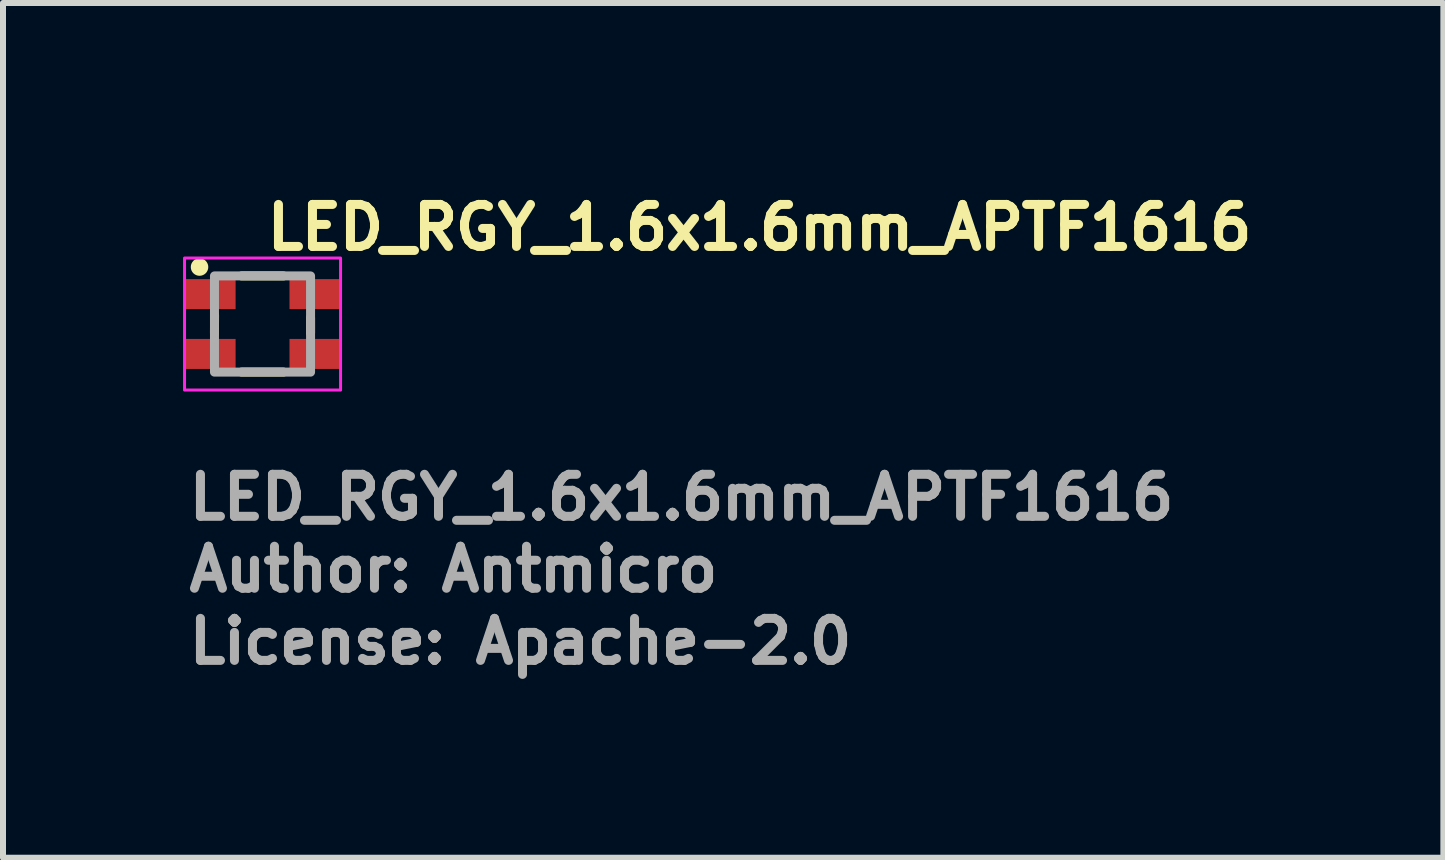
<source format=kicad_pcb>
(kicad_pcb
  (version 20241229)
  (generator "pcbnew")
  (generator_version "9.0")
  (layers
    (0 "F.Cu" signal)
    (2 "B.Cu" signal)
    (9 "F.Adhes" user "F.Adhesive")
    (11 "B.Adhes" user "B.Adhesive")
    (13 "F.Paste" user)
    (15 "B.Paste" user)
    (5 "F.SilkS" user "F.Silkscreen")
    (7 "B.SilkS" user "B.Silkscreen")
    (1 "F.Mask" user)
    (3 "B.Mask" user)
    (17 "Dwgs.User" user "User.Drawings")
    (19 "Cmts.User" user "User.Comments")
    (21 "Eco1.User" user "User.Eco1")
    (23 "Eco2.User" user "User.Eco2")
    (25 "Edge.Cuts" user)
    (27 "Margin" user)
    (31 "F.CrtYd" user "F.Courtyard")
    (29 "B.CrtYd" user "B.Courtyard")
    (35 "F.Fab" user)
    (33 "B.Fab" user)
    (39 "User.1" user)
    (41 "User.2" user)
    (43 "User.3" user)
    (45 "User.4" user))
  (footprint "LED_RGY_1.6x1.6mm_APTF1616"
    (layer "F.Cu")
    (at 1.325 2.35)
    (property "Reference" "LED_RGY_1.6x1.6mm_APTF1616" (at 0 -1.2 180) (layer "F.SilkS") (effects (font (size 0.7 0.7) (thickness 0.15)) (justify left bottom)))
    (attr smd)
    (fp_line (start -0.8 -0.15) (end -0.801 0.15) (stroke (width 0.15) (type solid)) (layer "F.SilkS"))
    (fp_line (start -0.35 0.8) (end 0.35 0.8) (stroke (width 0.15) (type solid)) (layer "F.SilkS"))
    (fp_line (start 0.35 -0.802) (end -0.35 -0.802) (stroke (width 0.15) (type solid)) (layer "F.SilkS"))
    (fp_line (start 0.8 0.148) (end 0.8 -0.102) (stroke (width 0.15) (type solid)) (layer "F.SilkS"))
    (fp_circle (center -1.05 -0.95) (end -1.101 -0.999) (stroke (width 0.15) (type solid)) (fill yes) (layer "F.SilkS"))
    (fp_rect (start 1.3 1.1) (end -1.3 -1.1) (stroke (width 0.05) (type solid)) (fill no) (layer "F.CrtYd"))
    (fp_rect (start -0.801 -0.802) (end 0.8 0.801) (stroke (width 0.15) (type solid)) (fill no) (layer "F.Fab"))
    (fp_rect (start 0.8 0.8) (end -0.8 -0.8) (stroke (width 0.1) (type solid)) (fill no) (layer "User.5"))
    (fp_line (start -0.8 -0.801) (end -0.8 -0.748) (stroke (width 0.02) (type solid)) (layer "User.9"))
    (fp_line (start -0.8 -0.748) (end -0.8 -0.623) (stroke (width 0.02) (type solid)) (layer "User.9"))
    (fp_line (start -0.8 -0.623) (end -0.788 -0.623) (stroke (width 0.02) (type solid)) (layer "User.9"))
    (fp_line (start -0.8 -0.276) (end -0.8 -0.148) (stroke (width 0.02) (type solid)) (layer "User.9"))
    (fp_line (start -0.8 -0.148) (end -0.8 0.052) (stroke (width 0.02) (type solid)) (layer "User.9"))
    (fp_line (start -0.8 -0.148) (end -0.796 -0.149) (stroke (width 0.02) (type solid)) (layer "User.9"))
    (fp_line (start -0.8 -0.148) (end -0.782 -0.149) (stroke (width 0.02) (type solid)) (layer "User.9"))
    (fp_line (start -0.8 0.052) (end -0.8 0.149) (stroke (width 0.02) (type solid)) (layer "User.9"))
    (fp_line (start -0.8 0.052) (end -0.624 0.052) (stroke (width 0.02) (type solid)) (layer "User.9"))
    (fp_line (start -0.8 0.149) (end -0.8 0.277) (stroke (width 0.02) (type solid)) (layer "User.9"))
    (fp_line (start -0.8 0.277) (end -0.788 0.277) (stroke (width 0.02) (type solid)) (layer "User.9"))
    (fp_line (start -0.8 0.624) (end -0.8 0.749) (stroke (width 0.02) (type solid)) (layer "User.9"))
    (fp_line (start -0.8 0.749) (end -0.8 0.802) (stroke (width 0.02) (type solid)) (layer "User.9"))
    (fp_line (start -0.8 0.749) (end -0.782 0.749) (stroke (width 0.02) (type solid)) (layer "User.9"))
    (fp_line (start -0.8 0.802) (end -0.624 0.802) (stroke (width 0.02) (type solid)) (layer "User.9"))
    (fp_line (start -0.796 -0.149) (end -0.794 -0.149) (stroke (width 0.02) (type solid)) (layer "User.9"))
    (fp_line (start -0.794 -0.276) (end -0.8 -0.276) (stroke (width 0.02) (type solid)) (layer "User.9"))
    (fp_line (start -0.794 -0.149) (end -0.79 -0.149) (stroke (width 0.02) (type solid)) (layer "User.9"))
    (fp_line (start -0.794 0.624) (end -0.8 0.624) (stroke (width 0.02) (type solid)) (layer "User.9"))
    (fp_line (start -0.79 -0.149) (end -0.787 -0.149) (stroke (width 0.02) (type solid)) (layer "User.9"))
    (fp_line (start -0.788 -0.623) (end -0.777 -0.622) (stroke (width 0.02) (type solid)) (layer "User.9"))
    (fp_line (start -0.788 -0.276) (end -0.794 -0.276) (stroke (width 0.02) (type solid)) (layer "User.9"))
    (fp_line (start -0.788 0.277) (end -0.777 0.278) (stroke (width 0.02) (type solid)) (layer "User.9"))
    (fp_line (start -0.788 0.624) (end -0.794 0.624) (stroke (width 0.02) (type solid)) (layer "User.9"))
    (fp_line (start -0.783 -0.276) (end -0.788 -0.276) (stroke (width 0.02) (type solid)) (layer "User.9"))
    (fp_line (start -0.783 0.624) (end -0.788 0.624) (stroke (width 0.02) (type solid)) (layer "User.9"))
    (fp_line (start -0.782 -0.748) (end -0.8 -0.748) (stroke (width 0.02) (type solid)) (layer "User.9"))
    (fp_line (start -0.782 -0.149) (end -0.761 -0.151) (stroke (width 0.02) (type solid)) (layer "User.9"))
    (fp_line (start -0.782 0.15) (end -0.8 0.149) (stroke (width 0.02) (type solid)) (layer "User.9"))
    (fp_line (start -0.782 0.749) (end -0.761 0.747) (stroke (width 0.02) (type solid)) (layer "User.9"))
    (fp_line (start -0.777 -0.622) (end -0.765 -0.62) (stroke (width 0.02) (type solid)) (layer "User.9"))
    (fp_line (start -0.777 -0.277) (end -0.783 -0.276) (stroke (width 0.02) (type solid)) (layer "User.9"))
    (fp_line (start -0.777 0.278) (end -0.765 0.28) (stroke (width 0.02) (type solid)) (layer "User.9"))
    (fp_line (start -0.777 0.623) (end -0.783 0.624) (stroke (width 0.02) (type solid)) (layer "User.9"))
    (fp_line (start -0.772 -0.278) (end -0.777 -0.277) (stroke (width 0.02) (type solid)) (layer "User.9"))
    (fp_line (start -0.772 0.622) (end -0.777 0.623) (stroke (width 0.02) (type solid)) (layer "User.9"))
    (fp_line (start -0.765 -0.62) (end -0.753 -0.617) (stroke (width 0.02) (type solid)) (layer "User.9"))
    (fp_line (start -0.765 -0.279) (end -0.772 -0.278) (stroke (width 0.02) (type solid)) (layer "User.9"))
    (fp_line (start -0.765 0.28) (end -0.753 0.283) (stroke (width 0.02) (type solid)) (layer "User.9"))
    (fp_line (start -0.765 0.621) (end -0.772 0.622) (stroke (width 0.02) (type solid)) (layer "User.9"))
    (fp_line (start -0.761 -0.746) (end -0.782 -0.748) (stroke (width 0.02) (type solid)) (layer "User.9"))
    (fp_line (start -0.761 -0.151) (end -0.743 -0.154) (stroke (width 0.02) (type solid)) (layer "User.9"))
    (fp_line (start -0.761 0.152) (end -0.782 0.15) (stroke (width 0.02) (type solid)) (layer "User.9"))
    (fp_line (start -0.761 0.747) (end -0.743 0.744) (stroke (width 0.02) (type solid)) (layer "User.9"))
    (fp_line (start -0.759 -0.28) (end -0.765 -0.279) (stroke (width 0.02) (type solid)) (layer "User.9"))
    (fp_line (start -0.759 0.62) (end -0.765 0.621) (stroke (width 0.02) (type solid)) (layer "User.9"))
    (fp_line (start -0.753 -0.617) (end -0.743 -0.614) (stroke (width 0.02) (type solid)) (layer "User.9"))
    (fp_line (start -0.753 -0.281) (end -0.759 -0.28) (stroke (width 0.02) (type solid)) (layer "User.9"))
    (fp_line (start -0.753 0.283) (end -0.743 0.285) (stroke (width 0.02) (type solid)) (layer "User.9"))
    (fp_line (start -0.753 0.618) (end -0.759 0.62) (stroke (width 0.02) (type solid)) (layer "User.9"))
    (fp_line (start -0.747 -0.282) (end -0.753 -0.281) (stroke (width 0.02) (type solid)) (layer "User.9"))
    (fp_line (start -0.747 0.617) (end -0.753 0.618) (stroke (width 0.02) (type solid)) (layer "User.9"))
    (fp_line (start -0.743 -0.743) (end -0.761 -0.746) (stroke (width 0.02) (type solid)) (layer "User.9"))
    (fp_line (start -0.743 -0.614) (end -0.731 -0.61) (stroke (width 0.02) (type solid)) (layer "User.9"))
    (fp_line (start -0.743 -0.284) (end -0.747 -0.282) (stroke (width 0.02) (type solid)) (layer "User.9"))
    (fp_line (start -0.743 -0.154) (end -0.725 -0.158) (stroke (width 0.02) (type solid)) (layer "User.9"))
    (fp_line (start -0.743 0.155) (end -0.761 0.152) (stroke (width 0.02) (type solid)) (layer "User.9"))
    (fp_line (start -0.743 0.285) (end -0.731 0.289) (stroke (width 0.02) (type solid)) (layer "User.9"))
    (fp_line (start -0.743 0.615) (end -0.747 0.617) (stroke (width 0.02) (type solid)) (layer "User.9"))
    (fp_line (start -0.743 0.744) (end -0.725 0.74) (stroke (width 0.02) (type solid)) (layer "User.9"))
    (fp_line (start -0.737 -0.286) (end -0.743 -0.284) (stroke (width 0.02) (type solid)) (layer "User.9"))
    (fp_line (start -0.737 0.613) (end -0.743 0.615) (stroke (width 0.02) (type solid)) (layer "User.9"))
    (fp_line (start -0.731 -0.61) (end -0.721 -0.605) (stroke (width 0.02) (type solid)) (layer "User.9"))
    (fp_line (start -0.731 -0.287) (end -0.737 -0.286) (stroke (width 0.02) (type solid)) (layer "User.9"))
    (fp_line (start -0.731 0.289) (end -0.721 0.293) (stroke (width 0.02) (type solid)) (layer "User.9"))
    (fp_line (start -0.731 0.611) (end -0.737 0.613) (stroke (width 0.02) (type solid)) (layer "User.9"))
    (fp_line (start -0.727 -0.289) (end -0.731 -0.287) (stroke (width 0.02) (type solid)) (layer "User.9"))
    (fp_line (start -0.727 0.609) (end -0.731 0.611) (stroke (width 0.02) (type solid)) (layer "User.9"))
    (fp_line (start -0.725 -0.739) (end -0.743 -0.743) (stroke (width 0.02) (type solid)) (layer "User.9"))
    (fp_line (start -0.725 -0.158) (end -0.707 -0.165) (stroke (width 0.02) (type solid)) (layer "User.9"))
    (fp_line (start -0.725 0.159) (end -0.743 0.155) (stroke (width 0.02) (type solid)) (layer "User.9"))
    (fp_line (start -0.725 0.74) (end -0.707 0.735) (stroke (width 0.02) (type solid)) (layer "User.9"))
    (fp_line (start -0.721 -0.605) (end -0.711 -0.6) (stroke (width 0.02) (type solid)) (layer "User.9"))
    (fp_line (start -0.721 -0.292) (end -0.727 -0.289) (stroke (width 0.02) (type solid)) (layer "User.9"))
    (fp_line (start -0.721 0.293) (end -0.711 0.298) (stroke (width 0.02) (type solid)) (layer "User.9"))
    (fp_line (start -0.721 0.606) (end -0.727 0.609) (stroke (width 0.02) (type solid)) (layer "User.9"))
    (fp_line (start -0.717 -0.294) (end -0.721 -0.292) (stroke (width 0.02) (type solid)) (layer "User.9"))
    (fp_line (start -0.717 0.604) (end -0.721 0.606) (stroke (width 0.02) (type solid)) (layer "User.9"))
    (fp_line (start -0.715 -0.05) (end -0.787 -0.149) (stroke (width 0.02) (type solid)) (layer "User.9"))
    (fp_line (start -0.711 -0.6) (end -0.703 -0.594) (stroke (width 0.02) (type solid)) (layer "User.9"))
    (fp_line (start -0.711 -0.297) (end -0.717 -0.294) (stroke (width 0.02) (type solid)) (layer "User.9"))
    (fp_line (start -0.711 0.298) (end -0.703 0.304) (stroke (width 0.02) (type solid)) (layer "User.9"))
    (fp_line (start -0.711 0.601) (end -0.717 0.604) (stroke (width 0.02) (type solid)) (layer "User.9"))
    (fp_line (start -0.707 -0.734) (end -0.725 -0.739) (stroke (width 0.02) (type solid)) (layer "User.9"))
    (fp_line (start -0.707 -0.3) (end -0.711 -0.297) (stroke (width 0.02) (type solid)) (layer "User.9"))
    (fp_line (start -0.707 -0.165) (end -0.691 -0.17) (stroke (width 0.02) (type solid)) (layer "User.9"))
    (fp_line (start -0.707 0.166) (end -0.725 0.159) (stroke (width 0.02) (type solid)) (layer "User.9"))
    (fp_line (start -0.707 0.598) (end -0.711 0.601) (stroke (width 0.02) (type solid)) (layer "User.9"))
    (fp_line (start -0.707 0.735) (end -0.691 0.729) (stroke (width 0.02) (type solid)) (layer "User.9"))
    (fp_line (start -0.703 -0.594) (end -0.693 -0.587) (stroke (width 0.02) (type solid)) (layer "User.9"))
    (fp_line (start -0.703 -0.303) (end -0.707 -0.3) (stroke (width 0.02) (type solid)) (layer "User.9"))
    (fp_line (start -0.703 0.304) (end -0.693 0.311) (stroke (width 0.02) (type solid)) (layer "User.9"))
    (fp_line (start -0.703 0.595) (end -0.707 0.598) (stroke (width 0.02) (type solid)) (layer "User.9"))
    (fp_line (start -0.699 -0.306) (end -0.703 -0.303) (stroke (width 0.02) (type solid)) (layer "User.9"))
    (fp_line (start -0.699 0.592) (end -0.703 0.595) (stroke (width 0.02) (type solid)) (layer "User.9"))
    (fp_line (start -0.693 -0.587) (end -0.685 -0.58) (stroke (width 0.02) (type solid)) (layer "User.9"))
    (fp_line (start -0.693 -0.31) (end -0.699 -0.306) (stroke (width 0.02) (type solid)) (layer "User.9"))
    (fp_line (start -0.693 0.311) (end -0.685 0.318) (stroke (width 0.02) (type solid)) (layer "User.9"))
    (fp_line (start -0.693 0.588) (end -0.699 0.592) (stroke (width 0.02) (type solid)) (layer "User.9"))
    (fp_line (start -0.691 -0.728) (end -0.707 -0.734) (stroke (width 0.02) (type solid)) (layer "User.9"))
    (fp_line (start -0.691 -0.17) (end -0.675 -0.176) (stroke (width 0.02) (type solid)) (layer "User.9"))
    (fp_line (start -0.691 0.172) (end -0.707 0.166) (stroke (width 0.02) (type solid)) (layer "User.9"))
    (fp_line (start -0.691 0.729) (end -0.675 0.722) (stroke (width 0.02) (type solid)) (layer "User.9"))
    (fp_line (start -0.689 -0.313) (end -0.693 -0.31) (stroke (width 0.02) (type solid)) (layer "User.9"))
    (fp_line (start -0.689 0.585) (end -0.693 0.588) (stroke (width 0.02) (type solid)) (layer "User.9"))
    (fp_line (start -0.685 -0.58) (end -0.677 -0.574) (stroke (width 0.02) (type solid)) (layer "User.9"))
    (fp_line (start -0.685 -0.317) (end -0.689 -0.313) (stroke (width 0.02) (type solid)) (layer "User.9"))
    (fp_line (start -0.685 0.318) (end -0.677 0.327) (stroke (width 0.02) (type solid)) (layer "User.9"))
    (fp_line (start -0.685 0.581) (end -0.689 0.585) (stroke (width 0.02) (type solid)) (layer "User.9"))
    (fp_line (start -0.681 -0.323) (end -0.685 -0.317) (stroke (width 0.02) (type solid)) (layer "User.9"))
    (fp_line (start -0.681 0.577) (end -0.685 0.581) (stroke (width 0.02) (type solid)) (layer "User.9"))
    (fp_line (start -0.677 -0.574) (end -0.669 -0.565) (stroke (width 0.02) (type solid)) (layer "User.9"))
    (fp_line (start -0.677 -0.326) (end -0.681 -0.323) (stroke (width 0.02) (type solid)) (layer "User.9"))
    (fp_line (start -0.677 0.327) (end -0.669 0.336) (stroke (width 0.02) (type solid)) (layer "User.9"))
    (fp_line (start -0.677 0.575) (end -0.681 0.577) (stroke (width 0.02) (type solid)) (layer "User.9"))
    (fp_line (start -0.675 -0.721) (end -0.691 -0.728) (stroke (width 0.02) (type solid)) (layer "User.9"))
    (fp_line (start -0.675 -0.176) (end -0.659 -0.184) (stroke (width 0.02) (type solid)) (layer "User.9"))
    (fp_line (start -0.675 0.177) (end -0.691 0.172) (stroke (width 0.02) (type solid)) (layer "User.9"))
    (fp_line (start -0.675 0.722) (end -0.659 0.714) (stroke (width 0.02) (type solid)) (layer "User.9"))
    (fp_line (start -0.673 -0.331) (end -0.677 -0.326) (stroke (width 0.02) (type solid)) (layer "User.9"))
    (fp_line (start -0.673 0.57) (end -0.677 0.575) (stroke (width 0.02) (type solid)) (layer "User.9"))
    (fp_line (start -0.669 -0.565) (end -0.662 -0.557) (stroke (width 0.02) (type solid)) (layer "User.9"))
    (fp_line (start -0.669 -0.335) (end -0.673 -0.331) (stroke (width 0.02) (type solid)) (layer "User.9"))
    (fp_line (start -0.669 0.336) (end -0.662 0.345) (stroke (width 0.02) (type solid)) (layer "User.9"))
    (fp_line (start -0.669 0.566) (end -0.673 0.57) (stroke (width 0.02) (type solid)) (layer "User.9"))
    (fp_line (start -0.665 -0.339) (end -0.669 -0.335) (stroke (width 0.02) (type solid)) (layer "User.9"))
    (fp_line (start -0.665 0.563) (end -0.669 0.566) (stroke (width 0.02) (type solid)) (layer "User.9"))
    (fp_line (start -0.662 -0.557) (end -0.655 -0.548) (stroke (width 0.02) (type solid)) (layer "User.9"))
    (fp_line (start -0.662 -0.343) (end -0.665 -0.339) (stroke (width 0.02) (type solid)) (layer "User.9"))
    (fp_line (start -0.662 0.345) (end -0.655 0.352) (stroke (width 0.02) (type solid)) (layer "User.9"))
    (fp_line (start -0.662 0.558) (end -0.665 0.563) (stroke (width 0.02) (type solid)) (layer "User.9"))
    (fp_line (start -0.659 -0.713) (end -0.675 -0.721) (stroke (width 0.02) (type solid)) (layer "User.9"))
    (fp_line (start -0.659 -0.184) (end -0.643 -0.195) (stroke (width 0.02) (type solid)) (layer "User.9"))
    (fp_line (start -0.659 0.185) (end -0.675 0.177) (stroke (width 0.02) (type solid)) (layer "User.9"))
    (fp_line (start -0.659 0.714) (end -0.643 0.705) (stroke (width 0.02) (type solid)) (layer "User.9"))
    (fp_line (start -0.658 -0.347) (end -0.662 -0.343) (stroke (width 0.02) (type solid)) (layer "User.9"))
    (fp_line (start -0.658 0.554) (end -0.662 0.558) (stroke (width 0.02) (type solid)) (layer "User.9"))
    (fp_line (start -0.655 -0.548) (end -0.649 -0.538) (stroke (width 0.02) (type solid)) (layer "User.9"))
    (fp_line (start -0.655 -0.351) (end -0.658 -0.347) (stroke (width 0.02) (type solid)) (layer "User.9"))
    (fp_line (start -0.655 0.352) (end -0.649 0.362) (stroke (width 0.02) (type solid)) (layer "User.9"))
    (fp_line (start -0.655 0.549) (end -0.658 0.554) (stroke (width 0.02) (type solid)) (layer "User.9"))
    (fp_line (start -0.652 -0.356) (end -0.655 -0.351) (stroke (width 0.02) (type solid)) (layer "User.9"))
    (fp_line (start -0.652 0.544) (end -0.655 0.549) (stroke (width 0.02) (type solid)) (layer "User.9"))
    (fp_line (start -0.649 -0.538) (end -0.649 -0.538) (stroke (width 0.02) (type solid)) (layer "User.9"))
    (fp_line (start -0.649 -0.538) (end -0.643 -0.528) (stroke (width 0.02) (type solid)) (layer "User.9"))
    (fp_line (start -0.649 -0.361) (end -0.652 -0.356) (stroke (width 0.02) (type solid)) (layer "User.9"))
    (fp_line (start -0.649 -0.361) (end -0.649 -0.361) (stroke (width 0.02) (type solid)) (layer "User.9"))
    (fp_line (start -0.649 0.362) (end -0.649 0.362) (stroke (width 0.02) (type solid)) (layer "User.9"))
    (fp_line (start -0.649 0.362) (end -0.643 0.372) (stroke (width 0.02) (type solid)) (layer "User.9"))
    (fp_line (start -0.649 0.539) (end -0.652 0.544) (stroke (width 0.02) (type solid)) (layer "User.9"))
    (fp_line (start -0.649 0.539) (end -0.649 0.539) (stroke (width 0.02) (type solid)) (layer "User.9"))
    (fp_line (start -0.643 -0.704) (end -0.659 -0.713) (stroke (width 0.02) (type solid)) (layer "User.9"))
    (fp_line (start -0.643 -0.528) (end -0.638 -0.517) (stroke (width 0.02) (type solid)) (layer "User.9"))
    (fp_line (start -0.643 -0.371) (end -0.649 -0.361) (stroke (width 0.02) (type solid)) (layer "User.9"))
    (fp_line (start -0.643 -0.195) (end -0.626 -0.204) (stroke (width 0.02) (type solid)) (layer "User.9"))
    (fp_line (start -0.643 0.196) (end -0.659 0.185) (stroke (width 0.02) (type solid)) (layer "User.9"))
    (fp_line (start -0.643 0.372) (end -0.638 0.383) (stroke (width 0.02) (type solid)) (layer "User.9"))
    (fp_line (start -0.643 0.529) (end -0.649 0.539) (stroke (width 0.02) (type solid)) (layer "User.9"))
    (fp_line (start -0.643 0.705) (end -0.626 0.696) (stroke (width 0.02) (type solid)) (layer "User.9"))
    (fp_line (start -0.638 -0.517) (end -0.634 -0.504) (stroke (width 0.02) (type solid)) (layer "User.9"))
    (fp_line (start -0.638 -0.382) (end -0.643 -0.371) (stroke (width 0.02) (type solid)) (layer "User.9"))
    (fp_line (start -0.638 0.383) (end -0.634 0.396) (stroke (width 0.02) (type solid)) (layer "User.9"))
    (fp_line (start -0.638 0.518) (end -0.643 0.529) (stroke (width 0.02) (type solid)) (layer "User.9"))
    (fp_line (start -0.634 -0.504) (end -0.63 -0.493) (stroke (width 0.02) (type solid)) (layer "User.9"))
    (fp_line (start -0.634 -0.395) (end -0.638 -0.382) (stroke (width 0.02) (type solid)) (layer "User.9"))
    (fp_line (start -0.634 0.396) (end -0.63 0.407) (stroke (width 0.02) (type solid)) (layer "User.9"))
    (fp_line (start -0.634 0.505) (end -0.638 0.518) (stroke (width 0.02) (type solid)) (layer "User.9"))
    (fp_line (start -0.63 -0.493) (end -0.628 -0.482) (stroke (width 0.02) (type solid)) (layer "User.9"))
    (fp_line (start -0.63 -0.405) (end -0.634 -0.395) (stroke (width 0.02) (type solid)) (layer "User.9"))
    (fp_line (start -0.63 0.407) (end -0.628 0.417) (stroke (width 0.02) (type solid)) (layer "User.9"))
    (fp_line (start -0.63 0.494) (end -0.634 0.505) (stroke (width 0.02) (type solid)) (layer "User.9"))
    (fp_line (start -0.628 -0.482) (end -0.626 -0.472) (stroke (width 0.02) (type solid)) (layer "User.9"))
    (fp_line (start -0.628 -0.415) (end -0.63 -0.405) (stroke (width 0.02) (type solid)) (layer "User.9"))
    (fp_line (start -0.628 0.417) (end -0.626 0.427) (stroke (width 0.02) (type solid)) (layer "User.9"))
    (fp_line (start -0.628 0.483) (end -0.63 0.494) (stroke (width 0.02) (type solid)) (layer "User.9"))
    (fp_line (start -0.626 -0.695) (end -0.643 -0.704) (stroke (width 0.02) (type solid)) (layer "User.9"))
    (fp_line (start -0.626 -0.472) (end -0.624 -0.462) (stroke (width 0.02) (type solid)) (layer "User.9"))
    (fp_line (start -0.626 -0.426) (end -0.628 -0.415) (stroke (width 0.02) (type solid)) (layer "User.9"))
    (fp_line (start -0.626 -0.204) (end -0.612 -0.214) (stroke (width 0.02) (type solid)) (layer "User.9"))
    (fp_line (start -0.626 0.205) (end -0.643 0.196) (stroke (width 0.02) (type solid)) (layer "User.9"))
    (fp_line (start -0.626 0.427) (end -0.624 0.438) (stroke (width 0.02) (type solid)) (layer "User.9"))
    (fp_line (start -0.626 0.473) (end -0.628 0.483) (stroke (width 0.02) (type solid)) (layer "User.9"))
    (fp_line (start -0.626 0.696) (end -0.612 0.686) (stroke (width 0.02) (type solid)) (layer "User.9"))
    (fp_line (start -0.624 -0.801) (end -0.8 -0.801) (stroke (width 0.02) (type solid)) (layer "User.9"))
    (fp_line (start -0.624 -0.801) (end -0.624 -0.693) (stroke (width 0.02) (type solid)) (layer "User.9"))
    (fp_line (start -0.624 -0.801) (end -0.55 -0.801) (stroke (width 0.02) (type solid)) (layer "User.9"))
    (fp_line (start -0.624 -0.462) (end -0.624 -0.451) (stroke (width 0.02) (type solid)) (layer "User.9"))
    (fp_line (start -0.624 -0.451) (end -0.624 -0.437) (stroke (width 0.02) (type solid)) (layer "User.9"))
    (fp_line (start -0.624 -0.437) (end -0.626 -0.426) (stroke (width 0.02) (type solid)) (layer "User.9"))
    (fp_line (start -0.624 -0.206) (end -0.624 -0.05) (stroke (width 0.02) (type solid)) (layer "User.9"))
    (fp_line (start -0.624 -0.206) (end -0.618 -0.209) (stroke (width 0.02) (type solid)) (layer "User.9"))
    (fp_line (start -0.624 -0.05) (end -0.715 -0.05) (stroke (width 0.02) (type solid)) (layer "User.9"))
    (fp_line (start -0.624 0.052) (end -0.624 0.207) (stroke (width 0.02) (type solid)) (layer "User.9"))
    (fp_line (start -0.624 0.438) (end -0.624 0.452) (stroke (width 0.02) (type solid)) (layer "User.9"))
    (fp_line (start -0.624 0.452) (end -0.624 0.463) (stroke (width 0.02) (type solid)) (layer "User.9"))
    (fp_line (start -0.624 0.463) (end -0.626 0.473) (stroke (width 0.02) (type solid)) (layer "User.9"))
    (fp_line (start -0.624 0.694) (end -0.624 0.802) (stroke (width 0.02) (type solid)) (layer "User.9"))
    (fp_line (start -0.624 0.802) (end -0.55 0.802) (stroke (width 0.02) (type solid)) (layer "User.9"))
    (fp_line (start -0.618 -0.689) (end -0.624 -0.693) (stroke (width 0.02) (type solid)) (layer "User.9"))
    (fp_line (start -0.618 -0.209) (end -0.614 -0.213) (stroke (width 0.02) (type solid)) (layer "User.9"))
    (fp_line (start -0.618 0.21) (end -0.624 0.207) (stroke (width 0.02) (type solid)) (layer "User.9"))
    (fp_line (start -0.618 0.69) (end -0.624 0.694) (stroke (width 0.02) (type solid)) (layer "User.9"))
    (fp_line (start -0.614 -0.686) (end -0.618 -0.689) (stroke (width 0.02) (type solid)) (layer "User.9"))
    (fp_line (start -0.614 -0.213) (end -0.608 -0.217) (stroke (width 0.02) (type solid)) (layer "User.9"))
    (fp_line (start -0.614 0.214) (end -0.618 0.21) (stroke (width 0.02) (type solid)) (layer "User.9"))
    (fp_line (start -0.614 0.687) (end -0.618 0.69) (stroke (width 0.02) (type solid)) (layer "User.9"))
    (fp_line (start -0.612 -0.685) (end -0.626 -0.695) (stroke (width 0.02) (type solid)) (layer "User.9"))
    (fp_line (start -0.612 -0.214) (end -0.598 -0.228) (stroke (width 0.02) (type solid)) (layer "User.9"))
    (fp_line (start -0.612 0.215) (end -0.626 0.205) (stroke (width 0.02) (type solid)) (layer "User.9"))
    (fp_line (start -0.612 0.686) (end -0.598 0.674) (stroke (width 0.02) (type solid)) (layer "User.9"))
    (fp_line (start -0.608 -0.682) (end -0.614 -0.686) (stroke (width 0.02) (type solid)) (layer "User.9"))
    (fp_line (start -0.608 -0.217) (end -0.602 -0.222) (stroke (width 0.02) (type solid)) (layer "User.9"))
    (fp_line (start -0.608 0.218) (end -0.614 0.214) (stroke (width 0.02) (type solid)) (layer "User.9"))
    (fp_line (start -0.608 0.683) (end -0.614 0.687) (stroke (width 0.02) (type solid)) (layer "User.9"))
    (fp_line (start -0.602 -0.677) (end -0.608 -0.682) (stroke (width 0.02) (type solid)) (layer "User.9"))
    (fp_line (start -0.602 -0.222) (end -0.598 -0.228) (stroke (width 0.02) (type solid)) (layer "User.9"))
    (fp_line (start -0.602 0.223) (end -0.608 0.218) (stroke (width 0.02) (type solid)) (layer "User.9"))
    (fp_line (start -0.602 0.678) (end -0.608 0.683) (stroke (width 0.02) (type solid)) (layer "User.9"))
    (fp_line (start -0.598 -0.673) (end -0.612 -0.685) (stroke (width 0.02) (type solid)) (layer "User.9"))
    (fp_line (start -0.598 -0.673) (end -0.602 -0.677) (stroke (width 0.02) (type solid)) (layer "User.9"))
    (fp_line (start -0.598 -0.228) (end -0.592 -0.233) (stroke (width 0.02) (type solid)) (layer "User.9"))
    (fp_line (start -0.598 -0.228) (end -0.584 -0.239) (stroke (width 0.02) (type solid)) (layer "User.9"))
    (fp_line (start -0.598 0.229) (end -0.612 0.215) (stroke (width 0.02) (type solid)) (layer "User.9"))
    (fp_line (start -0.598 0.229) (end -0.602 0.223) (stroke (width 0.02) (type solid)) (layer "User.9"))
    (fp_line (start -0.598 0.674) (end -0.602 0.678) (stroke (width 0.02) (type solid)) (layer "User.9"))
    (fp_line (start -0.598 0.674) (end -0.584 0.661) (stroke (width 0.02) (type solid)) (layer "User.9"))
    (fp_line (start -0.592 -0.668) (end -0.598 -0.673) (stroke (width 0.02) (type solid)) (layer "User.9"))
    (fp_line (start -0.592 -0.233) (end -0.588 -0.237) (stroke (width 0.02) (type solid)) (layer "User.9"))
    (fp_line (start -0.592 0.234) (end -0.598 0.229) (stroke (width 0.02) (type solid)) (layer "User.9"))
    (fp_line (start -0.592 0.669) (end -0.598 0.674) (stroke (width 0.02) (type solid)) (layer "User.9"))
    (fp_line (start -0.588 -0.663) (end -0.592 -0.668) (stroke (width 0.02) (type solid)) (layer "User.9"))
    (fp_line (start -0.588 -0.237) (end -0.582 -0.24) (stroke (width 0.02) (type solid)) (layer "User.9"))
    (fp_line (start -0.588 0.238) (end -0.592 0.234) (stroke (width 0.02) (type solid)) (layer "User.9"))
    (fp_line (start -0.588 0.664) (end -0.592 0.669) (stroke (width 0.02) (type solid)) (layer "User.9"))
    (fp_line (start -0.584 -0.66) (end -0.598 -0.673) (stroke (width 0.02) (type solid)) (layer "User.9"))
    (fp_line (start -0.584 -0.239) (end -0.572 -0.253) (stroke (width 0.02) (type solid)) (layer "User.9"))
    (fp_line (start -0.584 0.24) (end -0.598 0.229) (stroke (width 0.02) (type solid)) (layer "User.9"))
    (fp_line (start -0.584 0.661) (end -0.572 0.647) (stroke (width 0.02) (type solid)) (layer "User.9"))
    (fp_line (start -0.582 -0.659) (end -0.588 -0.663) (stroke (width 0.02) (type solid)) (layer "User.9"))
    (fp_line (start -0.582 -0.24) (end -0.578 -0.245) (stroke (width 0.02) (type solid)) (layer "User.9"))
    (fp_line (start -0.582 0.241) (end -0.588 0.238) (stroke (width 0.02) (type solid)) (layer "User.9"))
    (fp_line (start -0.582 0.66) (end -0.588 0.664) (stroke (width 0.02) (type solid)) (layer "User.9"))
    (fp_line (start -0.578 -0.654) (end -0.582 -0.659) (stroke (width 0.02) (type solid)) (layer "User.9"))
    (fp_line (start -0.578 -0.245) (end -0.574 -0.25) (stroke (width 0.02) (type solid)) (layer "User.9"))
    (fp_line (start -0.578 0.246) (end -0.582 0.241) (stroke (width 0.02) (type solid)) (layer "User.9"))
    (fp_line (start -0.578 0.655) (end -0.582 0.66) (stroke (width 0.02) (type solid)) (layer "User.9"))
    (fp_line (start -0.574 -0.649) (end -0.578 -0.654) (stroke (width 0.02) (type solid)) (layer "User.9"))
    (fp_line (start -0.574 -0.25) (end -0.57 -0.257) (stroke (width 0.02) (type solid)) (layer "User.9"))
    (fp_line (start -0.574 0.251) (end -0.578 0.246) (stroke (width 0.02) (type solid)) (layer "User.9"))
    (fp_line (start -0.574 0.65) (end -0.578 0.655) (stroke (width 0.02) (type solid)) (layer "User.9"))
    (fp_line (start -0.572 -0.646) (end -0.584 -0.66) (stroke (width 0.02) (type solid)) (layer "User.9"))
    (fp_line (start -0.572 -0.253) (end -0.56 -0.269) (stroke (width 0.02) (type solid)) (layer "User.9"))
    (fp_line (start -0.572 0.254) (end -0.584 0.24) (stroke (width 0.02) (type solid)) (layer "User.9"))
    (fp_line (start -0.572 0.647) (end -0.56 0.631) (stroke (width 0.02) (type solid)) (layer "User.9"))
    (fp_line (start -0.57 -0.644) (end -0.574 -0.649) (stroke (width 0.02) (type solid)) (layer "User.9"))
    (fp_line (start -0.57 -0.257) (end -0.566 -0.263) (stroke (width 0.02) (type solid)) (layer "User.9"))
    (fp_line (start -0.57 0.258) (end -0.574 0.251) (stroke (width 0.02) (type solid)) (layer "User.9"))
    (fp_line (start -0.57 0.645) (end -0.574 0.65) (stroke (width 0.02) (type solid)) (layer "User.9"))
    (fp_line (start -0.566 -0.636) (end -0.57 -0.644) (stroke (width 0.02) (type solid)) (layer "User.9"))
    (fp_line (start -0.566 -0.263) (end -0.562 -0.268) (stroke (width 0.02) (type solid)) (layer "User.9"))
    (fp_line (start -0.566 0.264) (end -0.57 0.258) (stroke (width 0.02) (type solid)) (layer "User.9"))
    (fp_line (start -0.566 0.637) (end -0.57 0.645) (stroke (width 0.02) (type solid)) (layer "User.9"))
    (fp_line (start -0.562 -0.631) (end -0.566 -0.636) (stroke (width 0.02) (type solid)) (layer "User.9"))
    (fp_line (start -0.562 -0.268) (end -0.558 -0.274) (stroke (width 0.02) (type solid)) (layer "User.9"))
    (fp_line (start -0.562 0.269) (end -0.566 0.264) (stroke (width 0.02) (type solid)) (layer "User.9"))
    (fp_line (start -0.562 0.632) (end -0.566 0.637) (stroke (width 0.02) (type solid)) (layer "User.9"))
    (fp_line (start -0.56 -0.63) (end -0.572 -0.646) (stroke (width 0.02) (type solid)) (layer "User.9"))
    (fp_line (start -0.56 -0.269) (end -0.55 -0.284) (stroke (width 0.02) (type solid)) (layer "User.9"))
    (fp_line (start -0.56 0.27) (end -0.572 0.254) (stroke (width 0.02) (type solid)) (layer "User.9"))
    (fp_line (start -0.56 0.631) (end -0.55 0.615) (stroke (width 0.02) (type solid)) (layer "User.9"))
    (fp_line (start -0.558 -0.625) (end -0.562 -0.631) (stroke (width 0.02) (type solid)) (layer "User.9"))
    (fp_line (start -0.558 -0.274) (end -0.554 -0.279) (stroke (width 0.02) (type solid)) (layer "User.9"))
    (fp_line (start -0.558 0.275) (end -0.562 0.269) (stroke (width 0.02) (type solid)) (layer "User.9"))
    (fp_line (start -0.558 0.626) (end -0.562 0.632) (stroke (width 0.02) (type solid)) (layer "User.9"))
    (fp_line (start -0.554 -0.62) (end -0.558 -0.625) (stroke (width 0.02) (type solid)) (layer "User.9"))
    (fp_line (start -0.554 -0.279) (end -0.55 -0.284) (stroke (width 0.02) (type solid)) (layer "User.9"))
    (fp_line (start -0.554 0.28) (end -0.558 0.275) (stroke (width 0.02) (type solid)) (layer "User.9"))
    (fp_line (start -0.554 0.621) (end -0.558 0.626) (stroke (width 0.02) (type solid)) (layer "User.9"))
    (fp_line (start -0.55 -0.801) (end -0.55 -0.614) (stroke (width 0.02) (type solid)) (layer "User.9"))
    (fp_line (start -0.55 -0.801) (end -0.499 -0.801) (stroke (width 0.02) (type solid)) (layer "User.9"))
    (fp_line (start -0.55 -0.614) (end -0.56 -0.63) (stroke (width 0.02) (type solid)) (layer "User.9"))
    (fp_line (start -0.55 -0.614) (end -0.554 -0.62) (stroke (width 0.02) (type solid)) (layer "User.9"))
    (fp_line (start -0.55 -0.614) (end -0.55 -0.801) (stroke (width 0.02) (type solid)) (layer "User.9"))
    (fp_line (start -0.55 -0.598) (end -0.55 -0.614) (stroke (width 0.02) (type solid)) (layer "User.9"))
    (fp_line (start -0.55 -0.284) (end -0.55 -0.598) (stroke (width 0.02) (type solid)) (layer "User.9"))
    (fp_line (start -0.55 -0.284) (end -0.55 -0.598) (stroke (width 0.02) (type solid)) (layer "User.9"))
    (fp_line (start -0.55 -0.284) (end -0.55 0.285) (stroke (width 0.02) (type solid)) (layer "User.9"))
    (fp_line (start -0.55 0.285) (end -0.56 0.27) (stroke (width 0.02) (type solid)) (layer "User.9"))
    (fp_line (start -0.55 0.285) (end -0.554 0.28) (stroke (width 0.02) (type solid)) (layer "User.9"))
    (fp_line (start -0.55 0.285) (end -0.55 -0.284) (stroke (width 0.02) (type solid)) (layer "User.9"))
    (fp_line (start -0.55 0.599) (end -0.55 0.285) (stroke (width 0.02) (type solid)) (layer "User.9"))
    (fp_line (start -0.55 0.599) (end -0.55 0.285) (stroke (width 0.02) (type solid)) (layer "User.9"))
    (fp_line (start -0.55 0.615) (end -0.554 0.621) (stroke (width 0.02) (type solid)) (layer "User.9"))
    (fp_line (start -0.55 0.615) (end -0.55 0.599) (stroke (width 0.02) (type solid)) (layer "User.9"))
    (fp_line (start -0.55 0.615) (end -0.55 0.802) (stroke (width 0.02) (type solid)) (layer "User.9"))
    (fp_line (start -0.55 0.802) (end -0.55 0.615) (stroke (width 0.02) (type solid)) (layer "User.9"))
    (fp_line (start -0.55 0.802) (end -0.499 0.802) (stroke (width 0.02) (type solid)) (layer "User.9"))
    (fp_line (start -0.499 -0.801) (end 0.499 -0.801) (stroke (width 0.02) (type solid)) (layer "User.9"))
    (fp_line (start -0.499 0.802) (end -0.499 -0.801) (stroke (width 0.02) (type solid)) (layer "User.9"))
    (fp_line (start -0.499 0.802) (end 0.499 0.802) (stroke (width 0.02) (type solid)) (layer "User.9"))
    (fp_line (start 0.499 -0.801) (end 0.551 -0.801) (stroke (width 0.02) (type solid)) (layer "User.9"))
    (fp_line (start 0.499 0.802) (end 0.499 -0.801) (stroke (width 0.02) (type solid)) (layer "User.9"))
    (fp_line (start 0.499 0.802) (end 0.551 0.802) (stroke (width 0.02) (type solid)) (layer "User.9"))
    (fp_line (start 0.551 -0.801) (end 0.551 -0.614) (stroke (width 0.02) (type solid)) (layer "User.9"))
    (fp_line (start 0.551 -0.801) (end 0.624 -0.801) (stroke (width 0.02) (type solid)) (layer "User.9"))
    (fp_line (start 0.551 -0.614) (end 0.551 -0.801) (stroke (width 0.02) (type solid)) (layer "User.9"))
    (fp_line (start 0.551 -0.284) (end 0.551 -0.614) (stroke (width 0.02) (type solid)) (layer "User.9"))
    (fp_line (start 0.551 -0.284) (end 0.551 -0.148) (stroke (width 0.02) (type solid)) (layer "User.9"))
    (fp_line (start 0.551 -0.284) (end 0.557 -0.277) (stroke (width 0.02) (type solid)) (layer "User.9"))
    (fp_line (start 0.551 -0.284) (end 0.557 -0.277) (stroke (width 0.02) (type solid)) (layer "User.9"))
    (fp_line (start 0.551 -0.148) (end 0.551 -0.284) (stroke (width 0.02) (type solid)) (layer "User.9"))
    (fp_line (start 0.551 -0.05) (end 0.551 -0.148) (stroke (width 0.02) (type solid)) (layer "User.9"))
    (fp_line (start 0.551 -0.05) (end 0.551 0.285) (stroke (width 0.02) (type solid)) (layer "User.9"))
    (fp_line (start 0.551 -0.05) (end 0.624 -0.05) (stroke (width 0.02) (type solid)) (layer "User.9"))
    (fp_line (start 0.551 -0.05) (end 0.749 -0.05) (stroke (width 0.02) (type solid)) (layer "User.9"))
    (fp_line (start 0.551 0.285) (end 0.551 -0.05) (stroke (width 0.02) (type solid)) (layer "User.9"))
    (fp_line (start 0.551 0.615) (end 0.551 0.285) (stroke (width 0.02) (type solid)) (layer "User.9"))
    (fp_line (start 0.551 0.615) (end 0.551 0.802) (stroke (width 0.02) (type solid)) (layer "User.9"))
    (fp_line (start 0.551 0.615) (end 0.555 0.621) (stroke (width 0.02) (type solid)) (layer "User.9"))
    (fp_line (start 0.551 0.615) (end 0.561 0.631) (stroke (width 0.02) (type solid)) (layer "User.9"))
    (fp_line (start 0.551 0.802) (end 0.551 0.615) (stroke (width 0.02) (type solid)) (layer "User.9"))
    (fp_line (start 0.551 0.802) (end 0.624 0.802) (stroke (width 0.02) (type solid)) (layer "User.9"))
    (fp_line (start 0.555 -0.62) (end 0.551 -0.614) (stroke (width 0.02) (type solid)) (layer "User.9"))
    (fp_line (start 0.555 0.28) (end 0.551 0.285) (stroke (width 0.02) (type solid)) (layer "User.9"))
    (fp_line (start 0.555 0.621) (end 0.559 0.626) (stroke (width 0.02) (type solid)) (layer "User.9"))
    (fp_line (start 0.557 -0.277) (end 0.563 -0.269) (stroke (width 0.02) (type solid)) (layer "User.9"))
    (fp_line (start 0.557 -0.277) (end 0.563 -0.269) (stroke (width 0.02) (type solid)) (layer "User.9"))
    (fp_line (start 0.559 -0.625) (end 0.555 -0.62) (stroke (width 0.02) (type solid)) (layer "User.9"))
    (fp_line (start 0.559 0.275) (end 0.555 0.28) (stroke (width 0.02) (type solid)) (layer "User.9"))
    (fp_line (start 0.559 0.626) (end 0.563 0.632) (stroke (width 0.02) (type solid)) (layer "User.9"))
    (fp_line (start 0.561 -0.63) (end 0.551 -0.614) (stroke (width 0.02) (type solid)) (layer "User.9"))
    (fp_line (start 0.561 0.27) (end 0.551 0.285) (stroke (width 0.02) (type solid)) (layer "User.9"))
    (fp_line (start 0.561 0.631) (end 0.573 0.647) (stroke (width 0.02) (type solid)) (layer "User.9"))
    (fp_line (start 0.563 -0.631) (end 0.559 -0.625) (stroke (width 0.02) (type solid)) (layer "User.9"))
    (fp_line (start 0.563 -0.269) (end 0.569 -0.262) (stroke (width 0.02) (type solid)) (layer "User.9"))
    (fp_line (start 0.563 -0.269) (end 0.569 -0.262) (stroke (width 0.02) (type solid)) (layer "User.9"))
    (fp_line (start 0.563 0.269) (end 0.559 0.275) (stroke (width 0.02) (type solid)) (layer "User.9"))
    (fp_line (start 0.563 0.632) (end 0.567 0.637) (stroke (width 0.02) (type solid)) (layer "User.9"))
    (fp_line (start 0.567 -0.636) (end 0.563 -0.631) (stroke (width 0.02) (type solid)) (layer "User.9"))
    (fp_line (start 0.567 0.264) (end 0.563 0.269) (stroke (width 0.02) (type solid)) (layer "User.9"))
    (fp_line (start 0.567 0.637) (end 0.571 0.645) (stroke (width 0.02) (type solid)) (layer "User.9"))
    (fp_line (start 0.569 -0.262) (end 0.575 -0.252) (stroke (width 0.02) (type solid)) (layer "User.9"))
    (fp_line (start 0.569 -0.262) (end 0.575 -0.252) (stroke (width 0.02) (type solid)) (layer "User.9"))
    (fp_line (start 0.571 -0.644) (end 0.567 -0.636) (stroke (width 0.02) (type solid)) (layer "User.9"))
    (fp_line (start 0.571 0.258) (end 0.567 0.264) (stroke (width 0.02) (type solid)) (layer "User.9"))
    (fp_line (start 0.571 0.645) (end 0.575 0.65) (stroke (width 0.02) (type solid)) (layer "User.9"))
    (fp_line (start 0.573 -0.646) (end 0.561 -0.63) (stroke (width 0.02) (type solid)) (layer "User.9"))
    (fp_line (start 0.573 0.254) (end 0.561 0.27) (stroke (width 0.02) (type solid)) (layer "User.9"))
    (fp_line (start 0.573 0.647) (end 0.585 0.661) (stroke (width 0.02) (type solid)) (layer "User.9"))
    (fp_line (start 0.575 -0.649) (end 0.571 -0.644) (stroke (width 0.02) (type solid)) (layer "User.9"))
    (fp_line (start 0.575 -0.252) (end 0.579 -0.245) (stroke (width 0.02) (type solid)) (layer "User.9"))
    (fp_line (start 0.575 -0.252) (end 0.579 -0.245) (stroke (width 0.02) (type solid)) (layer "User.9"))
    (fp_line (start 0.575 0.251) (end 0.571 0.258) (stroke (width 0.02) (type solid)) (layer "User.9"))
    (fp_line (start 0.575 0.65) (end 0.579 0.655) (stroke (width 0.02) (type solid)) (layer "User.9"))
    (fp_line (start 0.579 -0.654) (end 0.575 -0.649) (stroke (width 0.02) (type solid)) (layer "User.9"))
    (fp_line (start 0.579 -0.245) (end 0.587 -0.238) (stroke (width 0.02) (type solid)) (layer "User.9"))
    (fp_line (start 0.579 -0.245) (end 0.587 -0.238) (stroke (width 0.02) (type solid)) (layer "User.9"))
    (fp_line (start 0.579 0.246) (end 0.575 0.251) (stroke (width 0.02) (type solid)) (layer "User.9"))
    (fp_line (start 0.579 0.655) (end 0.583 0.66) (stroke (width 0.02) (type solid)) (layer "User.9"))
    (fp_line (start 0.583 -0.659) (end 0.579 -0.654) (stroke (width 0.02) (type solid)) (layer "User.9"))
    (fp_line (start 0.583 0.241) (end 0.579 0.246) (stroke (width 0.02) (type solid)) (layer "User.9"))
    (fp_line (start 0.583 0.66) (end 0.588 0.664) (stroke (width 0.02) (type solid)) (layer "User.9"))
    (fp_line (start 0.585 -0.66) (end 0.573 -0.646) (stroke (width 0.02) (type solid)) (layer "User.9"))
    (fp_line (start 0.585 0.24) (end 0.573 0.254) (stroke (width 0.02) (type solid)) (layer "User.9"))
    (fp_line (start 0.585 0.661) (end 0.598 0.674) (stroke (width 0.02) (type solid)) (layer "User.9"))
    (fp_line (start 0.587 -0.238) (end 0.592 -0.233) (stroke (width 0.02) (type solid)) (layer "User.9"))
    (fp_line (start 0.587 -0.238) (end 0.592 -0.233) (stroke (width 0.02) (type solid)) (layer "User.9"))
    (fp_line (start 0.588 -0.663) (end 0.583 -0.659) (stroke (width 0.02) (type solid)) (layer "User.9"))
    (fp_line (start 0.588 0.238) (end 0.583 0.241) (stroke (width 0.02) (type solid)) (layer "User.9"))
    (fp_line (start 0.588 0.664) (end 0.593 0.669) (stroke (width 0.02) (type solid)) (layer "User.9"))
    (fp_line (start 0.592 -0.233) (end 0.599 -0.227) (stroke (width 0.02) (type solid)) (layer "User.9"))
    (fp_line (start 0.592 -0.233) (end 0.599 -0.227) (stroke (width 0.02) (type solid)) (layer "User.9"))
    (fp_line (start 0.593 -0.668) (end 0.588 -0.663) (stroke (width 0.02) (type solid)) (layer "User.9"))
    (fp_line (start 0.593 0.234) (end 0.588 0.238) (stroke (width 0.02) (type solid)) (layer "User.9"))
    (fp_line (start 0.593 0.669) (end 0.598 0.674) (stroke (width 0.02) (type solid)) (layer "User.9"))
    (fp_line (start 0.598 -0.673) (end 0.585 -0.66) (stroke (width 0.02) (type solid)) (layer "User.9"))
    (fp_line (start 0.598 -0.673) (end 0.593 -0.668) (stroke (width 0.02) (type solid)) (layer "User.9"))
    (fp_line (start 0.598 0.229) (end 0.585 0.24) (stroke (width 0.02) (type solid)) (layer "User.9"))
    (fp_line (start 0.598 0.229) (end 0.593 0.234) (stroke (width 0.02) (type solid)) (layer "User.9"))
    (fp_line (start 0.598 0.674) (end 0.603 0.678) (stroke (width 0.02) (type solid)) (layer "User.9"))
    (fp_line (start 0.598 0.674) (end 0.612 0.686) (stroke (width 0.02) (type solid)) (layer "User.9"))
    (fp_line (start 0.599 -0.227) (end 0.599 -0.148) (stroke (width 0.02) (type solid)) (layer "User.9"))
    (fp_line (start 0.599 -0.227) (end 0.599 -0.148) (stroke (width 0.02) (type solid)) (layer "User.9"))
    (fp_line (start 0.599 -0.148) (end 0.551 -0.148) (stroke (width 0.02) (type solid)) (layer "User.9"))
    (fp_line (start 0.599 -0.148) (end 0.551 -0.148) (stroke (width 0.02) (type solid)) (layer "User.9"))
    (fp_line (start 0.603 -0.677) (end 0.598 -0.673) (stroke (width 0.02) (type solid)) (layer "User.9"))
    (fp_line (start 0.603 0.223) (end 0.598 0.229) (stroke (width 0.02) (type solid)) (layer "User.9"))
    (fp_line (start 0.603 0.678) (end 0.608 0.683) (stroke (width 0.02) (type solid)) (layer "User.9"))
    (fp_line (start 0.608 -0.682) (end 0.603 -0.677) (stroke (width 0.02) (type solid)) (layer "User.9"))
    (fp_line (start 0.608 0.218) (end 0.603 0.223) (stroke (width 0.02) (type solid)) (layer "User.9"))
    (fp_line (start 0.608 0.683) (end 0.614 0.687) (stroke (width 0.02) (type solid)) (layer "User.9"))
    (fp_line (start 0.612 -0.685) (end 0.598 -0.673) (stroke (width 0.02) (type solid)) (layer "User.9"))
    (fp_line (start 0.612 0.215) (end 0.598 0.229) (stroke (width 0.02) (type solid)) (layer "User.9"))
    (fp_line (start 0.612 0.686) (end 0.627 0.696) (stroke (width 0.02) (type solid)) (layer "User.9"))
    (fp_line (start 0.614 -0.686) (end 0.608 -0.682) (stroke (width 0.02) (type solid)) (layer "User.9"))
    (fp_line (start 0.614 0.214) (end 0.608 0.218) (stroke (width 0.02) (type solid)) (layer "User.9"))
    (fp_line (start 0.614 0.687) (end 0.619 0.69) (stroke (width 0.02) (type solid)) (layer "User.9"))
    (fp_line (start 0.619 -0.689) (end 0.614 -0.686) (stroke (width 0.02) (type solid)) (layer "User.9"))
    (fp_line (start 0.619 0.21) (end 0.614 0.214) (stroke (width 0.02) (type solid)) (layer "User.9"))
    (fp_line (start 0.619 0.69) (end 0.624 0.694) (stroke (width 0.02) (type solid)) (layer "User.9"))
    (fp_line (start 0.624 -0.801) (end 0.624 -0.693) (stroke (width 0.02) (type solid)) (layer "User.9"))
    (fp_line (start 0.624 -0.693) (end 0.619 -0.689) (stroke (width 0.02) (type solid)) (layer "User.9"))
    (fp_line (start 0.624 -0.451) (end 0.625 -0.462) (stroke (width 0.02) (type solid)) (layer "User.9"))
    (fp_line (start 0.624 -0.05) (end 0.624 0.207) (stroke (width 0.02) (type solid)) (layer "User.9"))
    (fp_line (start 0.624 0.207) (end 0.619 0.21) (stroke (width 0.02) (type solid)) (layer "User.9"))
    (fp_line (start 0.624 0.452) (end 0.625 0.438) (stroke (width 0.02) (type solid)) (layer "User.9"))
    (fp_line (start 0.624 0.694) (end 0.624 0.802) (stroke (width 0.02) (type solid)) (layer "User.9"))
    (fp_line (start 0.624 0.802) (end 0.801 0.802) (stroke (width 0.02) (type solid)) (layer "User.9"))
    (fp_line (start 0.625 -0.462) (end 0.626 -0.472) (stroke (width 0.02) (type solid)) (layer "User.9"))
    (fp_line (start 0.625 -0.437) (end 0.624 -0.451) (stroke (width 0.02) (type solid)) (layer "User.9"))
    (fp_line (start 0.625 0.438) (end 0.626 0.427) (stroke (width 0.02) (type solid)) (layer "User.9"))
    (fp_line (start 0.625 0.463) (end 0.624 0.452) (stroke (width 0.02) (type solid)) (layer "User.9"))
    (fp_line (start 0.626 -0.472) (end 0.628 -0.482) (stroke (width 0.02) (type solid)) (layer "User.9"))
    (fp_line (start 0.626 -0.426) (end 0.625 -0.437) (stroke (width 0.02) (type solid)) (layer "User.9"))
    (fp_line (start 0.626 0.427) (end 0.628 0.417) (stroke (width 0.02) (type solid)) (layer "User.9"))
    (fp_line (start 0.626 0.473) (end 0.625 0.463) (stroke (width 0.02) (type solid)) (layer "User.9"))
    (fp_line (start 0.627 -0.695) (end 0.612 -0.685) (stroke (width 0.02) (type solid)) (layer "User.9"))
    (fp_line (start 0.627 0.205) (end 0.612 0.215) (stroke (width 0.02) (type solid)) (layer "User.9"))
    (fp_line (start 0.627 0.696) (end 0.644 0.705) (stroke (width 0.02) (type solid)) (layer "User.9"))
    (fp_line (start 0.628 -0.482) (end 0.63 -0.493) (stroke (width 0.02) (type solid)) (layer "User.9"))
    (fp_line (start 0.628 -0.415) (end 0.626 -0.426) (stroke (width 0.02) (type solid)) (layer "User.9"))
    (fp_line (start 0.628 0.417) (end 0.63 0.407) (stroke (width 0.02) (type solid)) (layer "User.9"))
    (fp_line (start 0.628 0.483) (end 0.626 0.473) (stroke (width 0.02) (type solid)) (layer "User.9"))
    (fp_line (start 0.63 -0.493) (end 0.634 -0.504) (stroke (width 0.02) (type solid)) (layer "User.9"))
    (fp_line (start 0.63 -0.405) (end 0.628 -0.415) (stroke (width 0.02) (type solid)) (layer "User.9"))
    (fp_line (start 0.63 0.407) (end 0.634 0.396) (stroke (width 0.02) (type solid)) (layer "User.9"))
    (fp_line (start 0.63 0.494) (end 0.628 0.483) (stroke (width 0.02) (type solid)) (layer "User.9"))
    (fp_line (start 0.634 -0.504) (end 0.638 -0.517) (stroke (width 0.02) (type solid)) (layer "User.9"))
    (fp_line (start 0.634 -0.395) (end 0.63 -0.405) (stroke (width 0.02) (type solid)) (layer "User.9"))
    (fp_line (start 0.634 0.396) (end 0.638 0.383) (stroke (width 0.02) (type solid)) (layer "User.9"))
    (fp_line (start 0.634 0.505) (end 0.63 0.494) (stroke (width 0.02) (type solid)) (layer "User.9"))
    (fp_line (start 0.638 -0.517) (end 0.644 -0.528) (stroke (width 0.02) (type solid)) (layer "User.9"))
    (fp_line (start 0.638 -0.382) (end 0.634 -0.395) (stroke (width 0.02) (type solid)) (layer "User.9"))
    (fp_line (start 0.638 0.383) (end 0.644 0.372) (stroke (width 0.02) (type solid)) (layer "User.9"))
    (fp_line (start 0.638 0.518) (end 0.634 0.505) (stroke (width 0.02) (type solid)) (layer "User.9"))
    (fp_line (start 0.644 -0.704) (end 0.627 -0.695) (stroke (width 0.02) (type solid)) (layer "User.9"))
    (fp_line (start 0.644 -0.528) (end 0.65 -0.538) (stroke (width 0.02) (type solid)) (layer "User.9"))
    (fp_line (start 0.644 -0.371) (end 0.638 -0.382) (stroke (width 0.02) (type solid)) (layer "User.9"))
    (fp_line (start 0.644 0.196) (end 0.627 0.205) (stroke (width 0.02) (type solid)) (layer "User.9"))
    (fp_line (start 0.644 0.372) (end 0.65 0.362) (stroke (width 0.02) (type solid)) (layer "User.9"))
    (fp_line (start 0.644 0.529) (end 0.638 0.518) (stroke (width 0.02) (type solid)) (layer "User.9"))
    (fp_line (start 0.644 0.705) (end 0.66 0.714) (stroke (width 0.02) (type solid)) (layer "User.9"))
    (fp_line (start 0.65 -0.538) (end 0.65 -0.538) (stroke (width 0.02) (type solid)) (layer "User.9"))
    (fp_line (start 0.65 -0.538) (end 0.652 -0.543) (stroke (width 0.02) (type solid)) (layer "User.9"))
    (fp_line (start 0.65 -0.361) (end 0.644 -0.371) (stroke (width 0.02) (type solid)) (layer "User.9"))
    (fp_line (start 0.65 -0.361) (end 0.65 -0.361) (stroke (width 0.02) (type solid)) (layer "User.9"))
    (fp_line (start 0.65 0.362) (end 0.65 0.362) (stroke (width 0.02) (type solid)) (layer "User.9"))
    (fp_line (start 0.65 0.362) (end 0.652 0.357) (stroke (width 0.02) (type solid)) (layer "User.9"))
    (fp_line (start 0.65 0.539) (end 0.644 0.529) (stroke (width 0.02) (type solid)) (layer "User.9"))
    (fp_line (start 0.65 0.539) (end 0.65 0.539) (stroke (width 0.02) (type solid)) (layer "User.9"))
    (fp_line (start 0.652 -0.543) (end 0.656 -0.548) (stroke (width 0.02) (type solid)) (layer "User.9"))
    (fp_line (start 0.652 0.357) (end 0.656 0.352) (stroke (width 0.02) (type solid)) (layer "User.9"))
    (fp_line (start 0.656 -0.548) (end 0.658 -0.553) (stroke (width 0.02) (type solid)) (layer "User.9"))
    (fp_line (start 0.656 -0.351) (end 0.65 -0.361) (stroke (width 0.02) (type solid)) (layer "User.9"))
    (fp_line (start 0.656 0.352) (end 0.658 0.348) (stroke (width 0.02) (type solid)) (layer "User.9"))
    (fp_line (start 0.656 0.549) (end 0.65 0.539) (stroke (width 0.02) (type solid)) (layer "User.9"))
    (fp_line (start 0.658 -0.553) (end 0.662 -0.557) (stroke (width 0.02) (type solid)) (layer "User.9"))
    (fp_line (start 0.658 0.348) (end 0.662 0.345) (stroke (width 0.02) (type solid)) (layer "User.9"))
    (fp_line (start 0.66 -0.713) (end 0.644 -0.704) (stroke (width 0.02) (type solid)) (layer "User.9"))
    (fp_line (start 0.66 0.185) (end 0.644 0.196) (stroke (width 0.02) (type solid)) (layer "User.9"))
    (fp_line (start 0.66 0.714) (end 0.676 0.722) (stroke (width 0.02) (type solid)) (layer "User.9"))
    (fp_line (start 0.662 -0.557) (end 0.666 -0.561) (stroke (width 0.02) (type solid)) (layer "User.9"))
    (fp_line (start 0.662 -0.343) (end 0.656 -0.351) (stroke (width 0.02) (type solid)) (layer "User.9"))
    (fp_line (start 0.662 0.345) (end 0.666 0.34) (stroke (width 0.02) (type solid)) (layer "User.9"))
    (fp_line (start 0.662 0.558) (end 0.656 0.549) (stroke (width 0.02) (type solid)) (layer "User.9"))
    (fp_line (start 0.666 -0.561) (end 0.67 -0.565) (stroke (width 0.02) (type solid)) (layer "User.9"))
    (fp_line (start 0.666 0.34) (end 0.67 0.336) (stroke (width 0.02) (type solid)) (layer "User.9"))
    (fp_line (start 0.67 -0.565) (end 0.674 -0.569) (stroke (width 0.02) (type solid)) (layer "User.9"))
    (fp_line (start 0.67 -0.335) (end 0.662 -0.343) (stroke (width 0.02) (type solid)) (layer "User.9"))
    (fp_line (start 0.67 0.336) (end 0.674 0.332) (stroke (width 0.02) (type solid)) (layer "User.9"))
    (fp_line (start 0.67 0.566) (end 0.662 0.558) (stroke (width 0.02) (type solid)) (layer "User.9"))
    (fp_line (start 0.674 -0.569) (end 0.678 -0.574) (stroke (width 0.02) (type solid)) (layer "User.9"))
    (fp_line (start 0.674 0.332) (end 0.678 0.327) (stroke (width 0.02) (type solid)) (layer "User.9"))
    (fp_line (start 0.676 -0.721) (end 0.66 -0.713) (stroke (width 0.02) (type solid)) (layer "User.9"))
    (fp_line (start 0.676 0.177) (end 0.66 0.185) (stroke (width 0.02) (type solid)) (layer "User.9"))
    (fp_line (start 0.676 0.722) (end 0.692 0.729) (stroke (width 0.02) (type solid)) (layer "User.9"))
    (fp_line (start 0.678 -0.574) (end 0.682 -0.576) (stroke (width 0.02) (type solid)) (layer "User.9"))
    (fp_line (start 0.678 -0.326) (end 0.67 -0.335) (stroke (width 0.02) (type solid)) (layer "User.9"))
    (fp_line (start 0.678 0.327) (end 0.682 0.324) (stroke (width 0.02) (type solid)) (layer "User.9"))
    (fp_line (start 0.678 0.575) (end 0.67 0.566) (stroke (width 0.02) (type solid)) (layer "User.9"))
    (fp_line (start 0.682 -0.576) (end 0.686 -0.58) (stroke (width 0.02) (type solid)) (layer "User.9"))
    (fp_line (start 0.682 0.324) (end 0.686 0.318) (stroke (width 0.02) (type solid)) (layer "User.9"))
    (fp_line (start 0.686 -0.58) (end 0.69 -0.584) (stroke (width 0.02) (type solid)) (layer "User.9"))
    (fp_line (start 0.686 -0.317) (end 0.678 -0.326) (stroke (width 0.02) (type solid)) (layer "User.9"))
    (fp_line (start 0.686 0.318) (end 0.69 0.314) (stroke (width 0.02) (type solid)) (layer "User.9"))
    (fp_line (start 0.686 0.581) (end 0.678 0.575) (stroke (width 0.02) (type solid)) (layer "User.9"))
    (fp_line (start 0.69 -0.584) (end 0.694 -0.587) (stroke (width 0.02) (type solid)) (layer "User.9"))
    (fp_line (start 0.69 0.314) (end 0.694 0.311) (stroke (width 0.02) (type solid)) (layer "User.9"))
    (fp_line (start 0.692 -0.728) (end 0.676 -0.721) (stroke (width 0.02) (type solid)) (layer "User.9"))
    (fp_line (start 0.692 0.172) (end 0.676 0.177) (stroke (width 0.02) (type solid)) (layer "User.9"))
    (fp_line (start 0.692 0.729) (end 0.708 0.735) (stroke (width 0.02) (type solid)) (layer "User.9"))
    (fp_line (start 0.694 -0.587) (end 0.7 -0.591) (stroke (width 0.02) (type solid)) (layer "User.9"))
    (fp_line (start 0.694 -0.31) (end 0.686 -0.317) (stroke (width 0.02) (type solid)) (layer "User.9"))
    (fp_line (start 0.694 0.311) (end 0.7 0.307) (stroke (width 0.02) (type solid)) (layer "User.9"))
    (fp_line (start 0.694 0.588) (end 0.686 0.581) (stroke (width 0.02) (type solid)) (layer "User.9"))
    (fp_line (start 0.7 -0.591) (end 0.704 -0.594) (stroke (width 0.02) (type solid)) (layer "User.9"))
    (fp_line (start 0.7 0.307) (end 0.704 0.304) (stroke (width 0.02) (type solid)) (layer "User.9"))
    (fp_line (start 0.704 -0.594) (end 0.708 -0.597) (stroke (width 0.02) (type solid)) (layer "User.9"))
    (fp_line (start 0.704 -0.303) (end 0.694 -0.31) (stroke (width 0.02) (type solid)) (layer "User.9"))
    (fp_line (start 0.704 0.304) (end 0.708 0.301) (stroke (width 0.02) (type solid)) (layer "User.9"))
    (fp_line (start 0.704 0.595) (end 0.694 0.588) (stroke (width 0.02) (type solid)) (layer "User.9"))
    (fp_line (start 0.708 -0.734) (end 0.692 -0.728) (stroke (width 0.02) (type solid)) (layer "User.9"))
    (fp_line (start 0.708 -0.597) (end 0.712 -0.6) (stroke (width 0.02) (type solid)) (layer "User.9"))
    (fp_line (start 0.708 0.166) (end 0.692 0.172) (stroke (width 0.02) (type solid)) (layer "User.9"))
    (fp_line (start 0.708 0.301) (end 0.712 0.298) (stroke (width 0.02) (type solid)) (layer "User.9"))
    (fp_line (start 0.708 0.735) (end 0.726 0.74) (stroke (width 0.02) (type solid)) (layer "User.9"))
    (fp_line (start 0.712 -0.6) (end 0.717 -0.603) (stroke (width 0.02) (type solid)) (layer "User.9"))
    (fp_line (start 0.712 -0.297) (end 0.704 -0.303) (stroke (width 0.02) (type solid)) (layer "User.9"))
    (fp_line (start 0.712 0.298) (end 0.717 0.295) (stroke (width 0.02) (type solid)) (layer "User.9"))
    (fp_line (start 0.712 0.601) (end 0.704 0.595) (stroke (width 0.02) (type solid)) (layer "User.9"))
    (fp_line (start 0.717 -0.603) (end 0.722 -0.605) (stroke (width 0.02) (type solid)) (layer "User.9"))
    (fp_line (start 0.717 0.295) (end 0.722 0.293) (stroke (width 0.02) (type solid)) (layer "User.9"))
    (fp_line (start 0.722 -0.605) (end 0.727 -0.608) (stroke (width 0.02) (type solid)) (layer "User.9"))
    (fp_line (start 0.722 -0.292) (end 0.712 -0.297) (stroke (width 0.02) (type solid)) (layer "User.9"))
    (fp_line (start 0.722 0.293) (end 0.727 0.29) (stroke (width 0.02) (type solid)) (layer "User.9"))
    (fp_line (start 0.722 0.606) (end 0.712 0.601) (stroke (width 0.02) (type solid)) (layer "User.9"))
    (fp_line (start 0.726 -0.739) (end 0.708 -0.734) (stroke (width 0.02) (type solid)) (layer "User.9"))
    (fp_line (start 0.726 0.159) (end 0.708 0.166) (stroke (width 0.02) (type solid)) (layer "User.9"))
    (fp_line (start 0.726 0.74) (end 0.744 0.744) (stroke (width 0.02) (type solid)) (layer "User.9"))
    (fp_line (start 0.727 -0.608) (end 0.732 -0.61) (stroke (width 0.02) (type solid)) (layer "User.9"))
    (fp_line (start 0.727 0.29) (end 0.732 0.289) (stroke (width 0.02) (type solid)) (layer "User.9"))
    (fp_line (start 0.732 -0.61) (end 0.738 -0.612) (stroke (width 0.02) (type solid)) (layer "User.9"))
    (fp_line (start 0.732 -0.287) (end 0.722 -0.292) (stroke (width 0.02) (type solid)) (layer "User.9"))
    (fp_line (start 0.732 0.289) (end 0.738 0.287) (stroke (width 0.02) (type solid)) (layer "User.9"))
    (fp_line (start 0.732 0.611) (end 0.722 0.606) (stroke (width 0.02) (type solid)) (layer "User.9"))
    (fp_line (start 0.738 -0.612) (end 0.743 -0.614) (stroke (width 0.02) (type solid)) (layer "User.9"))
    (fp_line (start 0.738 0.287) (end 0.743 0.285) (stroke (width 0.02) (type solid)) (layer "User.9"))
    (fp_line (start 0.743 -0.614) (end 0.748 -0.616) (stroke (width 0.02) (type solid)) (layer "User.9"))
    (fp_line (start 0.743 -0.284) (end 0.732 -0.287) (stroke (width 0.02) (type solid)) (layer "User.9"))
    (fp_line (start 0.743 0.285) (end 0.748 0.283) (stroke (width 0.02) (type solid)) (layer "User.9"))
    (fp_line (start 0.743 0.615) (end 0.732 0.611) (stroke (width 0.02) (type solid)) (layer "User.9"))
    (fp_line (start 0.744 -0.743) (end 0.726 -0.739) (stroke (width 0.02) (type solid)) (layer "User.9"))
    (fp_line (start 0.744 0.155) (end 0.726 0.159) (stroke (width 0.02) (type solid)) (layer "User.9"))
    (fp_line (start 0.744 0.744) (end 0.762 0.747) (stroke (width 0.02) (type solid)) (layer "User.9"))
    (fp_line (start 0.748 -0.616) (end 0.754 -0.617) (stroke (width 0.02) (type solid)) (layer "User.9"))
    (fp_line (start 0.748 0.283) (end 0.754 0.283) (stroke (width 0.02) (type solid)) (layer "User.9"))
    (fp_line (start 0.749 -0.153) (end 0.756 -0.152) (stroke (width 0.02) (type solid)) (layer "User.9"))
    (fp_line (start 0.749 -0.05) (end 0.749 -0.153) (stroke (width 0.02) (type solid)) (layer "User.9"))
    (fp_line (start 0.754 -0.617) (end 0.759 -0.619) (stroke (width 0.02) (type solid)) (layer "User.9"))
    (fp_line (start 0.754 -0.281) (end 0.743 -0.284) (stroke (width 0.02) (type solid)) (layer "User.9"))
    (fp_line (start 0.754 0.283) (end 0.759 0.281) (stroke (width 0.02) (type solid)) (layer "User.9"))
    (fp_line (start 0.754 0.618) (end 0.743 0.615) (stroke (width 0.02) (type solid)) (layer "User.9"))
    (fp_line (start 0.756 -0.152) (end 0.762 -0.151) (stroke (width 0.02) (type solid)) (layer "User.9"))
    (fp_line (start 0.759 -0.619) (end 0.765 -0.62) (stroke (width 0.02) (type solid)) (layer "User.9"))
    (fp_line (start 0.759 0.281) (end 0.765 0.28) (stroke (width 0.02) (type solid)) (layer "User.9"))
    (fp_line (start 0.762 -0.746) (end 0.744 -0.743) (stroke (width 0.02) (type solid)) (layer "User.9"))
    (fp_line (start 0.762 -0.151) (end 0.769 -0.15) (stroke (width 0.02) (type solid)) (layer "User.9"))
    (fp_line (start 0.762 0.152) (end 0.744 0.155) (stroke (width 0.02) (type solid)) (layer "User.9"))
    (fp_line (start 0.762 0.747) (end 0.783 0.749) (stroke (width 0.02) (type solid)) (layer "User.9"))
    (fp_line (start 0.765 -0.62) (end 0.773 -0.621) (stroke (width 0.02) (type solid)) (layer "User.9"))
    (fp_line (start 0.765 -0.279) (end 0.754 -0.281) (stroke (width 0.02) (type solid)) (layer "User.9"))
    (fp_line (start 0.765 0.28) (end 0.773 0.279) (stroke (width 0.02) (type solid)) (layer "User.9"))
    (fp_line (start 0.765 0.621) (end 0.754 0.618) (stroke (width 0.02) (type solid)) (layer "User.9"))
    (fp_line (start 0.769 -0.15) (end 0.775 -0.15) (stroke (width 0.02) (type solid)) (layer "User.9"))
    (fp_line (start 0.773 -0.621) (end 0.777 -0.622) (stroke (width 0.02) (type solid)) (layer "User.9"))
    (fp_line (start 0.773 0.279) (end 0.777 0.278) (stroke (width 0.02) (type solid)) (layer "User.9"))
    (fp_line (start 0.775 -0.15) (end 0.783 -0.149) (stroke (width 0.02) (type solid)) (layer "User.9"))
    (fp_line (start 0.777 -0.622) (end 0.783 -0.623) (stroke (width 0.02) (type solid)) (layer "User.9"))
    (fp_line (start 0.777 -0.277) (end 0.765 -0.279) (stroke (width 0.02) (type solid)) (layer "User.9"))
    (fp_line (start 0.777 0.278) (end 0.783 0.277) (stroke (width 0.02) (type solid)) (layer "User.9"))
    (fp_line (start 0.777 0.623) (end 0.765 0.621) (stroke (width 0.02) (type solid)) (layer "User.9"))
    (fp_line (start 0.783 -0.748) (end 0.762 -0.746) (stroke (width 0.02) (type solid)) (layer "User.9"))
    (fp_line (start 0.783 -0.623) (end 0.789 -0.623) (stroke (width 0.02) (type solid)) (layer "User.9"))
    (fp_line (start 0.783 -0.149) (end 0.789 -0.149) (stroke (width 0.02) (type solid)) (layer "User.9"))
    (fp_line (start 0.783 0.15) (end 0.762 0.152) (stroke (width 0.02) (type solid)) (layer "User.9"))
    (fp_line (start 0.783 0.277) (end 0.789 0.277) (stroke (width 0.02) (type solid)) (layer "User.9"))
    (fp_line (start 0.783 0.749) (end 0.801 0.749) (stroke (width 0.02) (type solid)) (layer "User.9"))
    (fp_line (start 0.789 -0.623) (end 0.795 -0.623) (stroke (width 0.02) (type solid)) (layer "User.9"))
    (fp_line (start 0.789 -0.276) (end 0.777 -0.277) (stroke (width 0.02) (type solid)) (layer "User.9"))
    (fp_line (start 0.789 -0.149) (end 0.795 -0.149) (stroke (width 0.02) (type solid)) (layer "User.9"))
    (fp_line (start 0.789 0.277) (end 0.795 0.277) (stroke (width 0.02) (type solid)) (layer "User.9"))
    (fp_line (start 0.789 0.624) (end 0.777 0.623) (stroke (width 0.02) (type solid)) (layer "User.9"))
    (fp_line (start 0.795 -0.623) (end 0.801 -0.623) (stroke (width 0.02) (type solid)) (layer "User.9"))
    (fp_line (start 0.795 -0.149) (end 0.801 -0.148) (stroke (width 0.02) (type solid)) (layer "User.9"))
    (fp_line (start 0.795 0.277) (end 0.801 0.277) (stroke (width 0.02) (type solid)) (layer "User.9"))
    (fp_line (start 0.801 -0.801) (end 0.624 -0.801) (stroke (width 0.02) (type solid)) (layer "User.9"))
    (fp_line (start 0.801 -0.748) (end 0.783 -0.748) (stroke (width 0.02) (type solid)) (layer "User.9"))
    (fp_line (start 0.801 -0.748) (end 0.801 -0.801) (stroke (width 0.02) (type solid)) (layer "User.9"))
    (fp_line (start 0.801 -0.623) (end 0.801 -0.748) (stroke (width 0.02) (type solid)) (layer "User.9"))
    (fp_line (start 0.801 -0.276) (end 0.789 -0.276) (stroke (width 0.02) (type solid)) (layer "User.9"))
    (fp_line (start 0.801 -0.148) (end 0.801 -0.276) (stroke (width 0.02) (type solid)) (layer "User.9"))
    (fp_line (start 0.801 0.149) (end 0.783 0.15) (stroke (width 0.02) (type solid)) (layer "User.9"))
    (fp_line (start 0.801 0.149) (end 0.801 -0.148) (stroke (width 0.02) (type solid)) (layer "User.9"))
    (fp_line (start 0.801 0.277) (end 0.801 0.149) (stroke (width 0.02) (type solid)) (layer "User.9"))
    (fp_line (start 0.801 0.624) (end 0.789 0.624) (stroke (width 0.02) (type solid)) (layer "User.9"))
    (fp_line (start 0.801 0.749) (end 0.801 0.624) (stroke (width 0.02) (type solid)) (layer "User.9"))
    (fp_line (start 0.801 0.802) (end 0.801 0.749) (stroke (width 0.02) (type solid)) (layer "User.9"))
    (fp_text user "License: Apache-2.0" (at -1.3 5.698 0) (layer "F.Fab") (effects (font (size 0.7 0.7) (thickness 0.15)) (justify left bottom)))
    (fp_text user "Author: Antmicro" (at -1.3 4.496 0) (layer "F.Fab") (effects (font (size 0.7 0.7) (thickness 0.15)) (justify left bottom)))
    (fp_text user "${REFERENCE}" (at -1.3 3.297 0) (layer "F.Fab") (effects (font (size 0.7 0.7) (thickness 0.15)) (justify left bottom)))
    (pad "1" smd rect (at -0.874 -0.499 270) (size 0.5 0.85) (layers "F.Cu" "F.Mask" "F.Paste"))
    (pad "2" smd rect (at 0.874 -0.499 270) (size 0.5 0.85) (layers "F.Cu" "F.Mask" "F.Paste"))
    (pad "3" smd rect (at 0.874 0.498 270) (size 0.5 0.85) (layers "F.Cu" "F.Mask" "F.Paste"))
    (pad "4" smd rect (at -0.874 0.498 270) (size 0.5 0.85) (layers "F.Cu" "F.Mask" "F.Paste")))
  (gr_rect
    (start -3 -3)
    (end 21.002 11.243)
    (stroke (width 0.1) (type default))
    (fill no)
    (layer "Edge.Cuts")))
</source>
